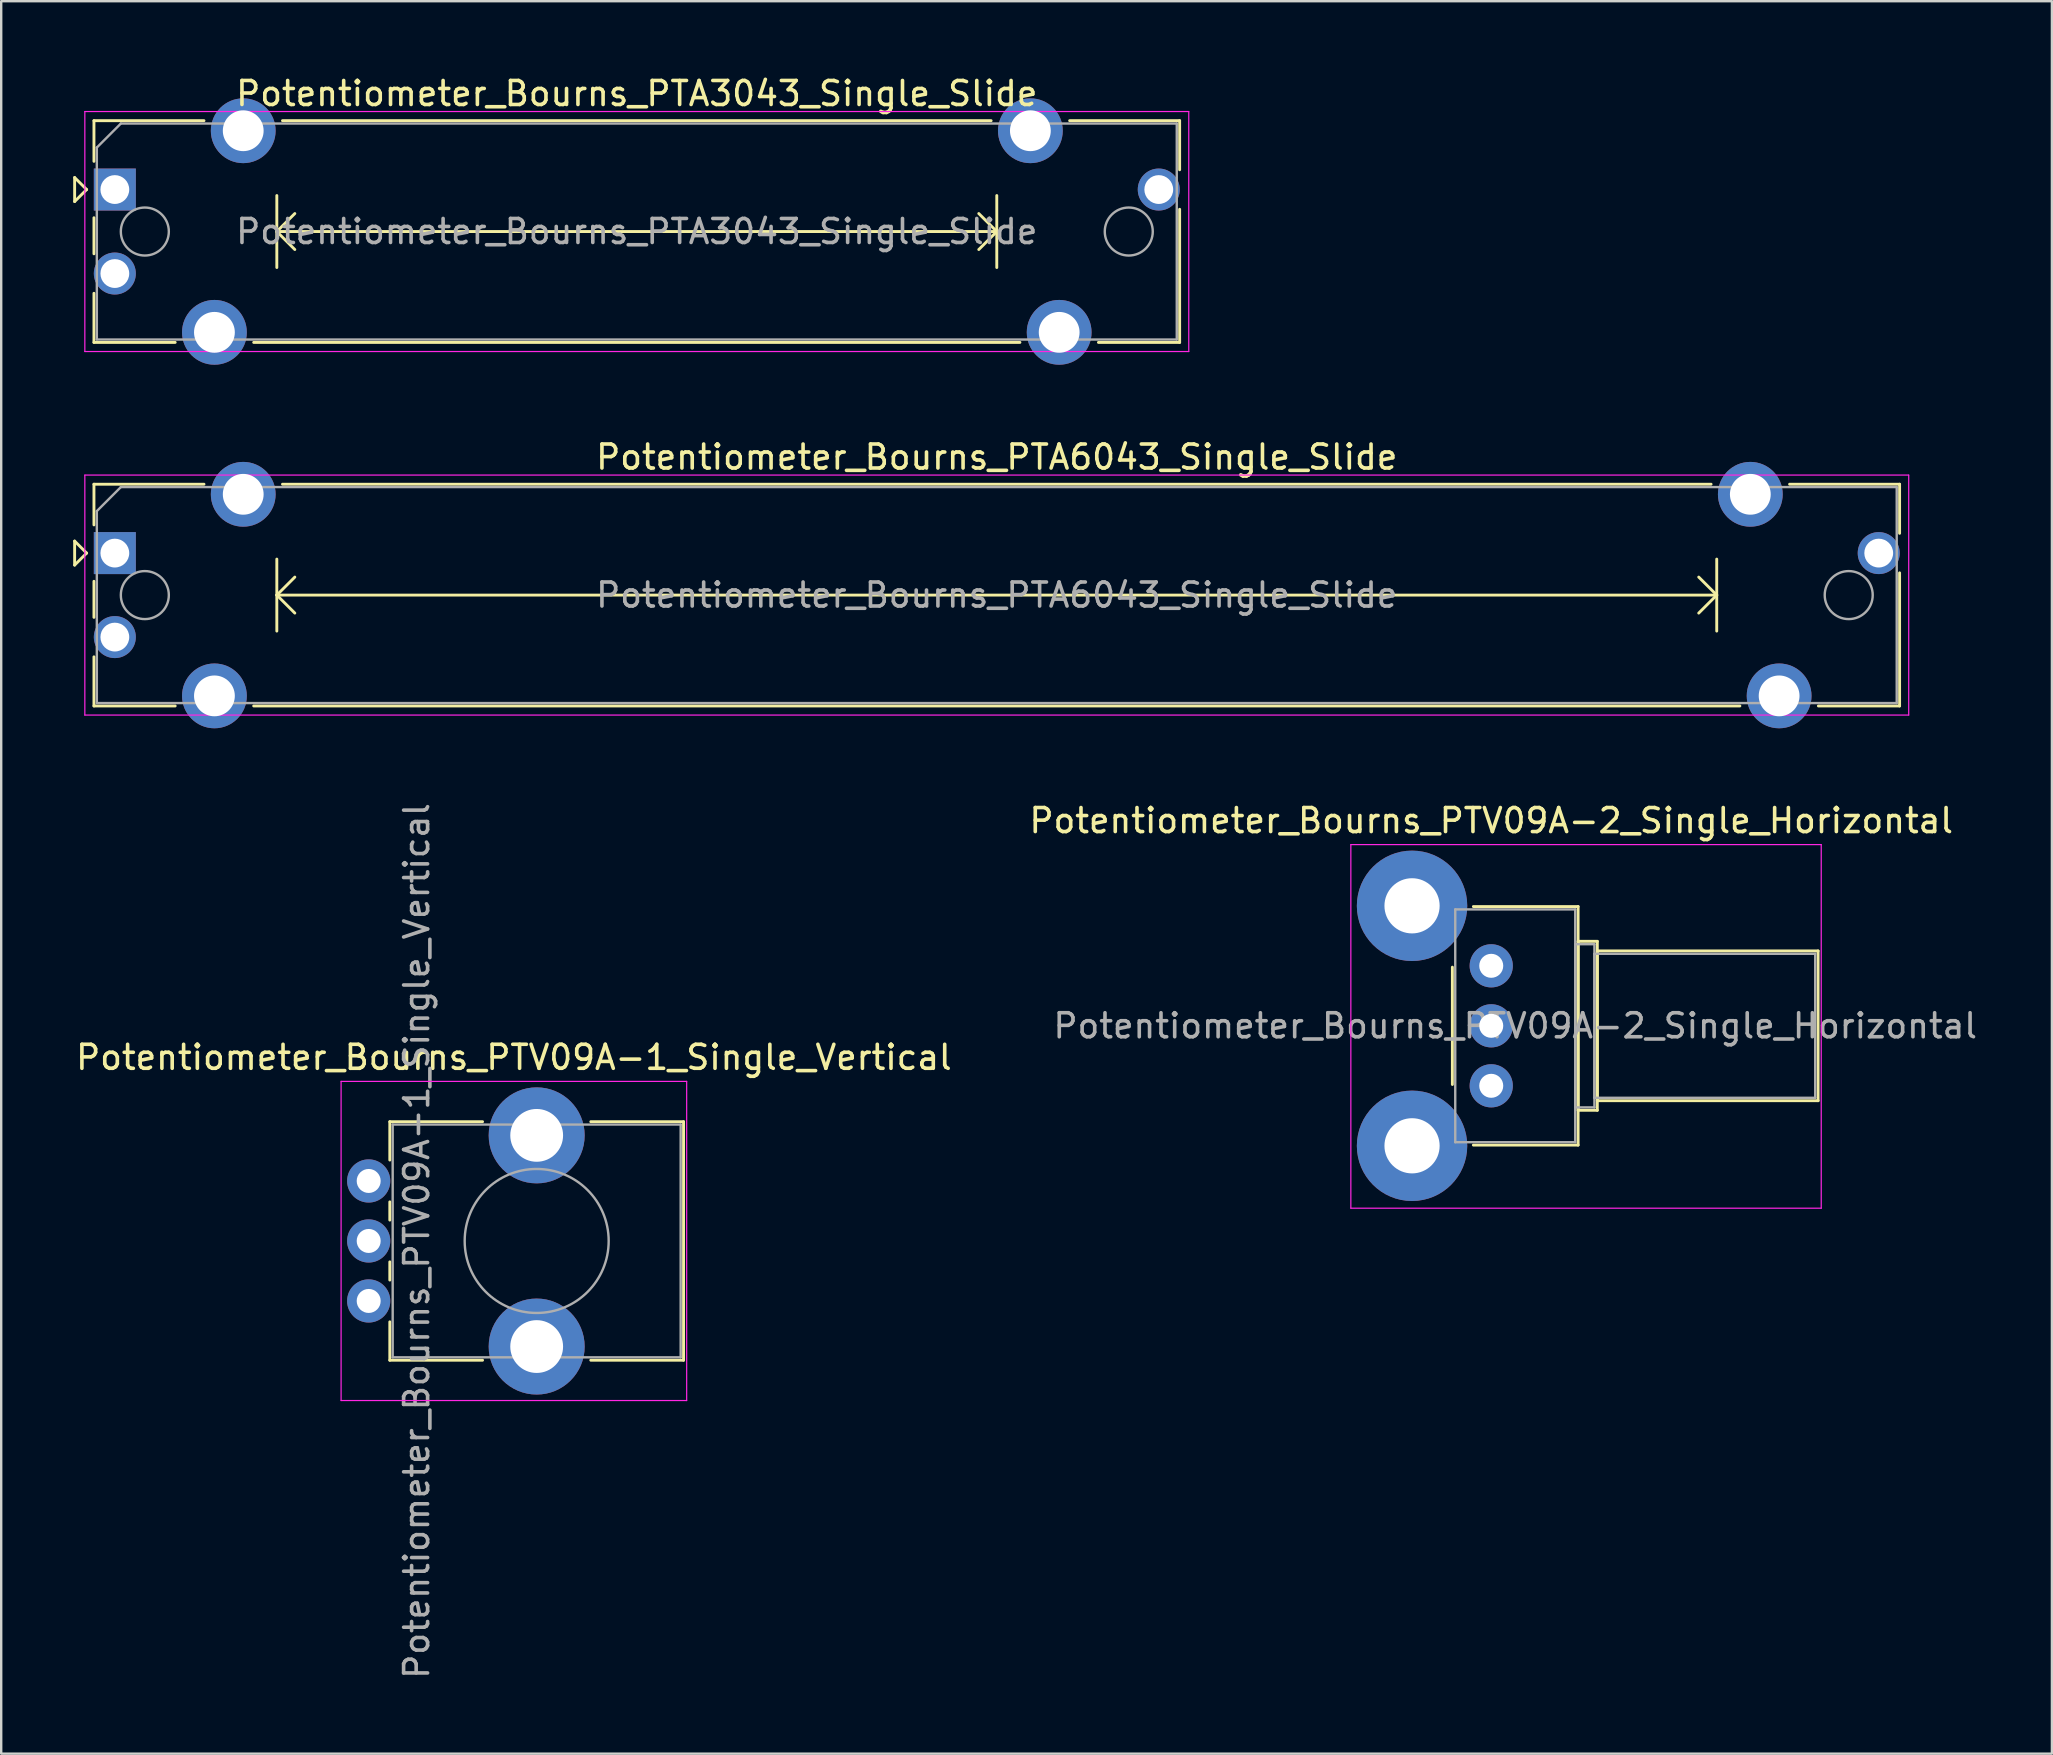
<source format=kicad_pcb>
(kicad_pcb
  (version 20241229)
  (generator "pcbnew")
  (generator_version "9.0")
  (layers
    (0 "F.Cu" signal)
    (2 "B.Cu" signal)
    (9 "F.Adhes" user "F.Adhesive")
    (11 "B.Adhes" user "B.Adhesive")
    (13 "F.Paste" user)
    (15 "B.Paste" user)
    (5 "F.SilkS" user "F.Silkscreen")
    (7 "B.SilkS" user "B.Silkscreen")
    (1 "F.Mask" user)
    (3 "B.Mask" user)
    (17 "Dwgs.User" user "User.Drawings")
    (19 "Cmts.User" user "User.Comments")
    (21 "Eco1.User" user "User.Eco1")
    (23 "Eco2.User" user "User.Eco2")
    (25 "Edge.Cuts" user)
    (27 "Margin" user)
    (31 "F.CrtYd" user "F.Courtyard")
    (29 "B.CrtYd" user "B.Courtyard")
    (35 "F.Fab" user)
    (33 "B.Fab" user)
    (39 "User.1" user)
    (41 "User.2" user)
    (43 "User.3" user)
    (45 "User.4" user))
  (footprint "Potentiometer_Bourns_PTV09A-1_Single_Vertical"
    (layer "F.Cu")
    (at 12.313 51.16)
    (property "Reference" "Potentiometer_Bourns_PTV09A-1_Single_Vertical" (at 6.05 -10.15 0) (layer "F.SilkS") (effects (font (size 1 1) (thickness 0.15))))
    (attr through_hole)
    (fp_line (start 0.88 -7.47) (end 0.88 -5.871) (stroke (width 0.12) (type solid)) (layer "F.SilkS"))
    (fp_line (start 0.88 -7.47) (end 4.745 -7.47) (stroke (width 0.12) (type solid)) (layer "F.SilkS"))
    (fp_line (start 0.88 -4.129) (end 0.88 -3.37) (stroke (width 0.12) (type solid)) (layer "F.SilkS"))
    (fp_line (start 0.88 -1.629) (end 0.88 -0.87) (stroke (width 0.12) (type solid)) (layer "F.SilkS"))
    (fp_line (start 0.88 0.87) (end 0.88 2.47) (stroke (width 0.12) (type solid)) (layer "F.SilkS"))
    (fp_line (start 0.88 2.47) (end 4.745 2.47) (stroke (width 0.12) (type solid)) (layer "F.SilkS"))
    (fp_line (start 9.255 -7.47) (end 13.12 -7.47) (stroke (width 0.12) (type solid)) (layer "F.SilkS"))
    (fp_line (start 9.255 2.47) (end 13.12 2.47) (stroke (width 0.12) (type solid)) (layer "F.SilkS"))
    (fp_line (start 13.12 -7.47) (end 13.12 2.47) (stroke (width 0.12) (type solid)) (layer "F.SilkS"))
    (fp_line (start -1.15 -9.15) (end -1.15 4.15) (stroke (width 0.05) (type solid)) (layer "F.CrtYd"))
    (fp_line (start -1.15 4.15) (end 13.25 4.15) (stroke (width 0.05) (type solid)) (layer "F.CrtYd"))
    (fp_line (start 13.25 -9.15) (end -1.15 -9.15) (stroke (width 0.05) (type solid)) (layer "F.CrtYd"))
    (fp_line (start 13.25 4.15) (end 13.25 -9.15) (stroke (width 0.05) (type solid)) (layer "F.CrtYd"))
    (fp_line (start 1 -7.35) (end 1 2.35) (stroke (width 0.1) (type solid)) (layer "F.Fab"))
    (fp_line (start 1 2.35) (end 13 2.35) (stroke (width 0.1) (type solid)) (layer "F.Fab"))
    (fp_line (start 13 -7.35) (end 1 -7.35) (stroke (width 0.1) (type solid)) (layer "F.Fab"))
    (fp_line (start 13 2.35) (end 13 -7.35) (stroke (width 0.1) (type solid)) (layer "F.Fab"))
    (fp_circle (center 7 -2.5) (end 10 -2.5) (stroke (width 0.1) (type solid)) (fill no) (layer "F.Fab"))
    (fp_text user "${REFERENCE}" (at 2 -2.5 90) (layer "F.Fab") (effects (font (size 1 1) (thickness 0.15))))
    (pad "" np_thru_hole circle (at 7 -6.9) (size 4 4) (drill 2.2) (layers "*.Cu" "*.Mask"))
    (pad "" np_thru_hole circle (at 7 1.9) (size 4 4) (drill 2.2) (layers "*.Cu" "*.Mask"))
    (pad "1" thru_hole circle (at 0 0) (size 1.8 1.8) (drill 1) (layers "*.Cu" "*.Mask"))
    (pad "2" thru_hole circle (at 0 -2.5) (size 1.8 1.8) (drill 1) (layers "*.Cu" "*.Mask"))
    (pad "3" thru_hole circle (at 0 -5) (size 1.8 1.8) (drill 1) (layers "*.Cu" "*.Mask")))
  (footprint "Potentiometer_Bourns_PTA3043_Single_Slide"
    (layer "F.Cu")
    (at 1.735 4.848)
    (property "Reference" "Potentiometer_Bourns_PTA3043_Single_Slide" (at 21.75 -4 0) (layer "F.SilkS") (effects (font (size 1 1) (thickness 0.15))))
    (attr through_hole)
    (fp_line (start -1.675 -0.5) (end -1.675 0.5) (stroke (width 0.12) (type solid)) (layer "F.SilkS"))
    (fp_line (start -1.675 0.5) (end -1.175 0) (stroke (width 0.12) (type solid)) (layer "F.SilkS"))
    (fp_line (start -1.175 0) (end -1.675 -0.5) (stroke (width 0.12) (type solid)) (layer "F.SilkS"))
    (fp_line (start -0.87 -2.87) (end -0.87 -1.175) (stroke (width 0.12) (type solid)) (layer "F.SilkS"))
    (fp_line (start -0.87 -2.87) (end 3.715 -2.87) (stroke (width 0.12) (type solid)) (layer "F.SilkS"))
    (fp_line (start -0.87 1.175) (end -0.87 2.678) (stroke (width 0.12) (type solid)) (layer "F.SilkS"))
    (fp_line (start -0.87 4.323) (end -0.87 6.37) (stroke (width 0.12) (type solid)) (layer "F.SilkS"))
    (fp_line (start -0.87 6.37) (end 2.515 6.37) (stroke (width 0.12) (type solid)) (layer "F.SilkS"))
    (fp_line (start 5.786 6.37) (end 37.715 6.37) (stroke (width 0.12) (type solid)) (layer "F.SilkS"))
    (fp_line (start 6.75 0.25) (end 6.75 3.25) (stroke (width 0.12) (type solid)) (layer "F.SilkS"))
    (fp_line (start 6.75 1.75) (end 7.5 2.5) (stroke (width 0.12) (type solid)) (layer "F.SilkS"))
    (fp_line (start 6.75 1.75) (end 36.75 1.75) (stroke (width 0.12) (type solid)) (layer "F.SilkS"))
    (fp_line (start 6.986 -2.87) (end 36.515 -2.87) (stroke (width 0.12) (type solid)) (layer "F.SilkS"))
    (fp_line (start 7.5 1) (end 6.75 1.75) (stroke (width 0.12) (type solid)) (layer "F.SilkS"))
    (fp_line (start 36 1) (end 36.75 1.75) (stroke (width 0.12) (type solid)) (layer "F.SilkS"))
    (fp_line (start 36.75 0.25) (end 36.75 3.25) (stroke (width 0.12) (type solid)) (layer "F.SilkS"))
    (fp_line (start 36.75 1.75) (end 36 2.5) (stroke (width 0.12) (type solid)) (layer "F.SilkS"))
    (fp_line (start 39.786 -2.87) (end 44.37 -2.87) (stroke (width 0.12) (type solid)) (layer "F.SilkS"))
    (fp_line (start 40.986 6.37) (end 44.37 6.37) (stroke (width 0.12) (type solid)) (layer "F.SilkS"))
    (fp_line (start 44.37 -2.87) (end 44.37 -0.823) (stroke (width 0.12) (type solid)) (layer "F.SilkS"))
    (fp_line (start 44.37 0.823) (end 44.37 6.37) (stroke (width 0.12) (type solid)) (layer "F.SilkS"))
    (fp_line (start -1.25 -3.25) (end -1.25 6.75) (stroke (width 0.05) (type solid)) (layer "F.CrtYd"))
    (fp_line (start -1.25 6.75) (end 44.75 6.75) (stroke (width 0.05) (type solid)) (layer "F.CrtYd"))
    (fp_line (start 44.75 -3.25) (end -1.25 -3.25) (stroke (width 0.05) (type solid)) (layer "F.CrtYd"))
    (fp_line (start 44.75 6.75) (end 44.75 -3.25) (stroke (width 0.05) (type solid)) (layer "F.CrtYd"))
    (fp_line (start -0.75 -1.75) (end 0.25 -2.75) (stroke (width 0.1) (type solid)) (layer "F.Fab"))
    (fp_line (start -0.75 6.25) (end -0.75 -1.75) (stroke (width 0.1) (type solid)) (layer "F.Fab"))
    (fp_line (start 0.25 -2.75) (end 44.25 -2.75) (stroke (width 0.1) (type solid)) (layer "F.Fab"))
    (fp_line (start 44.25 -2.75) (end 44.25 6.25) (stroke (width 0.1) (type solid)) (layer "F.Fab"))
    (fp_line (start 44.25 6.25) (end -0.75 6.25) (stroke (width 0.1) (type solid)) (layer "F.Fab"))
    (fp_circle (center 1.25 1.75) (end 2.25 1.75) (stroke (width 0.1) (type solid)) (fill no) (layer "F.Fab"))
    (fp_circle (center 42.25 1.75) (end 43.25 1.75) (stroke (width 0.1) (type solid)) (fill no) (layer "F.Fab"))
    (fp_text user "${REFERENCE}" (at 21.75 1.75 0) (layer "F.Fab") (effects (font (size 1 1) (thickness 0.15))))
    (pad "1" thru_hole rect (at 0 0) (size 1.75 1.75) (drill 1.2) (layers "*.Cu" "*.Mask"))
    (pad "2" thru_hole circle (at 0 3.5) (size 1.75 1.75) (drill 1.2) (layers "*.Cu" "*.Mask"))
    (pad "3" thru_hole circle (at 43.5 0) (size 1.75 1.75) (drill 1.2) (layers "*.Cu" "*.Mask"))
    (pad "MP" thru_hole circle (at 4.15 5.95) (size 2.7 2.7) (drill 1.7) (layers "*.Cu" "*.Mask"))
    (pad "MP" thru_hole circle (at 5.35 -2.45) (size 2.7 2.7) (drill 1.7) (layers "*.Cu" "*.Mask"))
    (pad "MP" thru_hole circle (at 38.15 -2.45) (size 2.7 2.7) (drill 1.7) (layers "*.Cu" "*.Mask"))
    (pad "MP" thru_hole circle (at 39.35 5.95) (size 2.7 2.7) (drill 1.7) (layers "*.Cu" "*.Mask")))
  (footprint "Potentiometer_Bourns_PTV09A-2_Single_Horizontal"
    (layer "F.Cu")
    (at 59.089 42.195)
    (property "Reference" "Potentiometer_Bourns_PTV09A-2_Single_Horizontal" (at 0 -11.05 0) (layer "F.SilkS") (effects (font (size 1 1) (thickness 0.15))))
    (attr through_hole)
    (fp_line (start -1.62 -4.944) (end -1.62 -0.055) (stroke (width 0.12) (type solid)) (layer "F.SilkS"))
    (fp_line (start -0.745 -7.47) (end 3.62 -7.47) (stroke (width 0.12) (type solid)) (layer "F.SilkS"))
    (fp_line (start -0.745 2.47) (end 3.62 2.47) (stroke (width 0.12) (type solid)) (layer "F.SilkS"))
    (fp_line (start 3.62 -7.47) (end 3.62 2.47) (stroke (width 0.12) (type solid)) (layer "F.SilkS"))
    (fp_line (start 3.62 -6.02) (end 3.62 1.02) (stroke (width 0.12) (type solid)) (layer "F.SilkS"))
    (fp_line (start 3.62 -6.02) (end 4.42 -6.02) (stroke (width 0.12) (type solid)) (layer "F.SilkS"))
    (fp_line (start 3.62 1.02) (end 4.42 1.02) (stroke (width 0.12) (type solid)) (layer "F.SilkS"))
    (fp_line (start 4.42 -6.02) (end 4.42 1.02) (stroke (width 0.12) (type solid)) (layer "F.SilkS"))
    (fp_line (start 4.42 -5.62) (end 4.42 0.62) (stroke (width 0.12) (type solid)) (layer "F.SilkS"))
    (fp_line (start 4.42 -5.62) (end 13.62 -5.62) (stroke (width 0.12) (type solid)) (layer "F.SilkS"))
    (fp_line (start 4.42 0.62) (end 13.62 0.62) (stroke (width 0.12) (type solid)) (layer "F.SilkS"))
    (fp_line (start 13.62 -5.62) (end 13.62 0.62) (stroke (width 0.12) (type solid)) (layer "F.SilkS"))
    (fp_line (start -5.85 -10.05) (end -5.85 5.1) (stroke (width 0.05) (type solid)) (layer "F.CrtYd"))
    (fp_line (start -5.85 5.1) (end 13.75 5.1) (stroke (width 0.05) (type solid)) (layer "F.CrtYd"))
    (fp_line (start 13.75 -10.05) (end -5.85 -10.05) (stroke (width 0.05) (type solid)) (layer "F.CrtYd"))
    (fp_line (start 13.75 5.1) (end 13.75 -10.05) (stroke (width 0.05) (type solid)) (layer "F.CrtYd"))
    (fp_line (start -1.5 -7.35) (end -1.5 2.35) (stroke (width 0.1) (type solid)) (layer "F.Fab"))
    (fp_line (start -1.5 2.35) (end 3.5 2.35) (stroke (width 0.1) (type solid)) (layer "F.Fab"))
    (fp_line (start 3.5 -7.35) (end -1.5 -7.35) (stroke (width 0.1) (type solid)) (layer "F.Fab"))
    (fp_line (start 3.5 -5.9) (end 3.5 0.9) (stroke (width 0.1) (type solid)) (layer "F.Fab"))
    (fp_line (start 3.5 0.9) (end 4.3 0.9) (stroke (width 0.1) (type solid)) (layer "F.Fab"))
    (fp_line (start 3.5 2.35) (end 3.5 -7.35) (stroke (width 0.1) (type solid)) (layer "F.Fab"))
    (fp_line (start 4.3 -5.9) (end 3.5 -5.9) (stroke (width 0.1) (type solid)) (layer "F.Fab"))
    (fp_line (start 4.3 -5.5) (end 4.3 0.5) (stroke (width 0.1) (type solid)) (layer "F.Fab"))
    (fp_line (start 4.3 0.5) (end 13.5 0.5) (stroke (width 0.1) (type solid)) (layer "F.Fab"))
    (fp_line (start 4.3 0.9) (end 4.3 -5.9) (stroke (width 0.1) (type solid)) (layer "F.Fab"))
    (fp_line (start 13.5 -5.5) (end 4.3 -5.5) (stroke (width 0.1) (type solid)) (layer "F.Fab"))
    (fp_line (start 13.5 0.5) (end 13.5 -5.5) (stroke (width 0.1) (type solid)) (layer "F.Fab"))
    (fp_text user "${REFERENCE}" (at 1 -2.5 0) (layer "F.Fab") (effects (font (size 1 1) (thickness 0.15))))
    (pad "" thru_hole circle (at -3.3 -7.5) (size 4.6 4.6) (drill 2.3) (layers "*.Cu" "*.Mask"))
    (pad "" thru_hole circle (at -3.3 2.5) (size 4.6 4.6) (drill 2.3) (layers "*.Cu" "*.Mask"))
    (pad "1" thru_hole circle (at 0 0) (size 1.8 1.8) (drill 1) (layers "*.Cu" "*.Mask"))
    (pad "2" thru_hole circle (at 0 -2.5) (size 1.8 1.8) (drill 1) (layers "*.Cu" "*.Mask"))
    (pad "3" thru_hole circle (at 0 -5) (size 1.8 1.8) (drill 1) (layers "*.Cu" "*.Mask")))
  (footprint "Potentiometer_Bourns_PTA6043_Single_Slide"
    (layer "F.Cu")
    (at 1.735 19.997)
    (property "Reference" "Potentiometer_Bourns_PTA6043_Single_Slide" (at 36.75 -4 0) (layer "F.SilkS") (effects (font (size 1 1) (thickness 0.15))))
    (attr through_hole)
    (fp_line (start -1.675 -0.5) (end -1.675 0.5) (stroke (width 0.12) (type solid)) (layer "F.SilkS"))
    (fp_line (start -1.675 0.5) (end -1.175 0) (stroke (width 0.12) (type solid)) (layer "F.SilkS"))
    (fp_line (start -1.175 0) (end -1.675 -0.5) (stroke (width 0.12) (type solid)) (layer "F.SilkS"))
    (fp_line (start -0.87 -2.87) (end -0.87 -1.175) (stroke (width 0.12) (type solid)) (layer "F.SilkS"))
    (fp_line (start -0.87 -2.87) (end 3.715 -2.87) (stroke (width 0.12) (type solid)) (layer "F.SilkS"))
    (fp_line (start -0.87 1.175) (end -0.87 2.678) (stroke (width 0.12) (type solid)) (layer "F.SilkS"))
    (fp_line (start -0.87 4.323) (end -0.87 6.37) (stroke (width 0.12) (type solid)) (layer "F.SilkS"))
    (fp_line (start -0.87 6.37) (end 2.515 6.37) (stroke (width 0.12) (type solid)) (layer "F.SilkS"))
    (fp_line (start 5.786 6.37) (end 67.715 6.37) (stroke (width 0.12) (type solid)) (layer "F.SilkS"))
    (fp_line (start 6.75 0.25) (end 6.75 3.25) (stroke (width 0.12) (type solid)) (layer "F.SilkS"))
    (fp_line (start 6.75 1.75) (end 7.5 2.5) (stroke (width 0.12) (type solid)) (layer "F.SilkS"))
    (fp_line (start 6.75 1.75) (end 66.75 1.75) (stroke (width 0.12) (type solid)) (layer "F.SilkS"))
    (fp_line (start 6.986 -2.87) (end 66.515 -2.87) (stroke (width 0.12) (type solid)) (layer "F.SilkS"))
    (fp_line (start 7.5 1) (end 6.75 1.75) (stroke (width 0.12) (type solid)) (layer "F.SilkS"))
    (fp_line (start 66 1) (end 66.75 1.75) (stroke (width 0.12) (type solid)) (layer "F.SilkS"))
    (fp_line (start 66.75 0.25) (end 66.75 3.25) (stroke (width 0.12) (type solid)) (layer "F.SilkS"))
    (fp_line (start 66.75 1.75) (end 66 2.5) (stroke (width 0.12) (type solid)) (layer "F.SilkS"))
    (fp_line (start 69.786 -2.87) (end 74.37 -2.87) (stroke (width 0.12) (type solid)) (layer "F.SilkS"))
    (fp_line (start 70.986 6.37) (end 74.37 6.37) (stroke (width 0.12) (type solid)) (layer "F.SilkS"))
    (fp_line (start 74.37 -2.87) (end 74.37 -0.823) (stroke (width 0.12) (type solid)) (layer "F.SilkS"))
    (fp_line (start 74.37 0.823) (end 74.37 6.37) (stroke (width 0.12) (type solid)) (layer "F.SilkS"))
    (fp_line (start -1.25 -3.25) (end -1.25 6.75) (stroke (width 0.05) (type solid)) (layer "F.CrtYd"))
    (fp_line (start -1.25 6.75) (end 74.75 6.75) (stroke (width 0.05) (type solid)) (layer "F.CrtYd"))
    (fp_line (start 74.75 -3.25) (end -1.25 -3.25) (stroke (width 0.05) (type solid)) (layer "F.CrtYd"))
    (fp_line (start 74.75 6.75) (end 74.75 -3.25) (stroke (width 0.05) (type solid)) (layer "F.CrtYd"))
    (fp_line (start -0.75 -1.75) (end 0.25 -2.75) (stroke (width 0.1) (type solid)) (layer "F.Fab"))
    (fp_line (start -0.75 6.25) (end -0.75 -1.75) (stroke (width 0.1) (type solid)) (layer "F.Fab"))
    (fp_line (start 0.25 -2.75) (end 74.25 -2.75) (stroke (width 0.1) (type solid)) (layer "F.Fab"))
    (fp_line (start 74.25 -2.75) (end 74.25 6.25) (stroke (width 0.1) (type solid)) (layer "F.Fab"))
    (fp_line (start 74.25 6.25) (end -0.75 6.25) (stroke (width 0.1) (type solid)) (layer "F.Fab"))
    (fp_circle (center 1.25 1.75) (end 2.25 1.75) (stroke (width 0.1) (type solid)) (fill no) (layer "F.Fab"))
    (fp_circle (center 72.25 1.75) (end 73.25 1.75) (stroke (width 0.1) (type solid)) (fill no) (layer "F.Fab"))
    (fp_text user "${REFERENCE}" (at 36.75 1.75 0) (layer "F.Fab") (effects (font (size 1 1) (thickness 0.15))))
    (pad "1" thru_hole rect (at 0 0) (size 1.75 1.75) (drill 1.2) (layers "*.Cu" "*.Mask"))
    (pad "2" thru_hole circle (at 0 3.5) (size 1.75 1.75) (drill 1.2) (layers "*.Cu" "*.Mask"))
    (pad "3" thru_hole circle (at 73.5 0) (size 1.75 1.75) (drill 1.2) (layers "*.Cu" "*.Mask"))
    (pad "MP" thru_hole circle (at 4.15 5.95) (size 2.7 2.7) (drill 1.7) (layers "*.Cu" "*.Mask"))
    (pad "MP" thru_hole circle (at 5.35 -2.45) (size 2.7 2.7) (drill 1.7) (layers "*.Cu" "*.Mask"))
    (pad "MP" thru_hole circle (at 68.15 -2.45) (size 2.7 2.7) (drill 1.7) (layers "*.Cu" "*.Mask"))
    (pad "MP" thru_hole circle (at 69.35 5.95) (size 2.7 2.7) (drill 1.7) (layers "*.Cu" "*.Mask")))
  (gr_rect
    (start -3 -3)
    (end 82.452 70.023)
    (stroke (width 0.1) (type default))
    (fill no)
    (layer "Edge.Cuts")))
</source>
